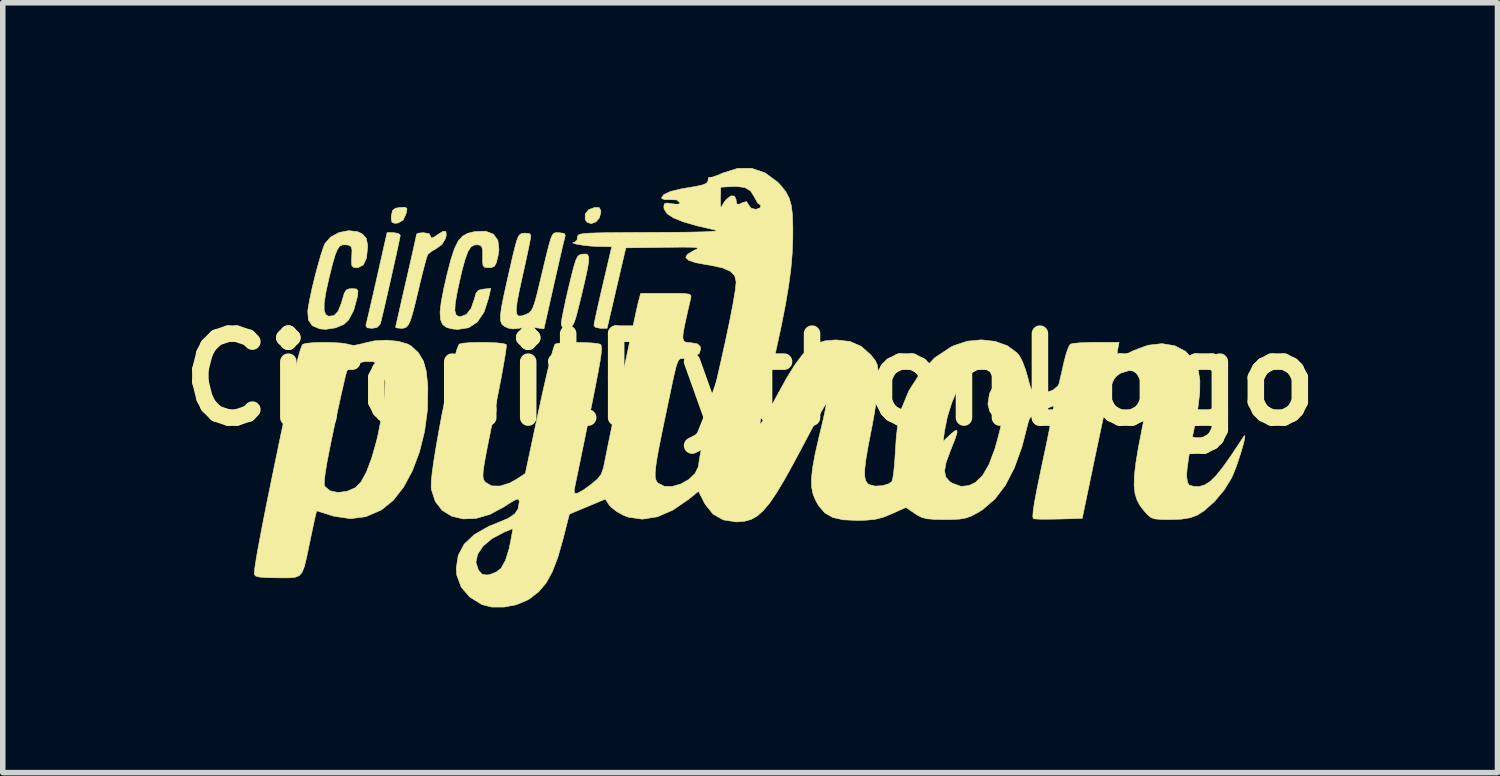
<source format=kicad_pcb>
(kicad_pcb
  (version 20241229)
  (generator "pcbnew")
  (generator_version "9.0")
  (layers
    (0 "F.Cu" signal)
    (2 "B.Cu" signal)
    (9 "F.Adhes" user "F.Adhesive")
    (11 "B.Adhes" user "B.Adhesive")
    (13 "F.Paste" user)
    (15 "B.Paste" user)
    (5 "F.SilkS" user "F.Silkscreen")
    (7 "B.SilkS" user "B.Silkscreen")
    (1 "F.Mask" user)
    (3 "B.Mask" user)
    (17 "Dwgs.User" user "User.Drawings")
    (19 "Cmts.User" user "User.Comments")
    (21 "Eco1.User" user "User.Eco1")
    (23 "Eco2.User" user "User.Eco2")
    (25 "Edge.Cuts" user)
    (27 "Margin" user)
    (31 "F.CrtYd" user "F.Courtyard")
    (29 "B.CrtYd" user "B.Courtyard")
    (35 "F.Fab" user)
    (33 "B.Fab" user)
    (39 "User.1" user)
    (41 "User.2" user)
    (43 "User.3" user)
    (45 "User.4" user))
  (footprint "CircuitPythonLogo"
    (layer "F.Cu")
    (at 10.566 3.841)
    (property "Reference" "CircuitPythonLogo" (at 0 0 0) (layer "F.SilkS") (effects (font (size 1.524 1.524) (thickness 0.3))))
    (attr through_hole)
    (fp_poly (pts (xy -2.739 -3.122) (xy -2.711 -3.072) (xy -2.709 -3.038) (xy -2.736 -2.934) (xy -2.802 -2.861) (xy -2.884 -2.832) (xy -2.958 -2.855) (xy -2.993 -2.906) (xy -2.993 -3.007) (xy -2.926 -3.088) (xy -2.821 -3.125) (xy -2.739 -3.122)) (stroke (width 0.01) (type solid)) (fill yes) (layer "F.SilkS"))
    (fp_poly (pts (xy -6.228 -3.104) (xy -6.24 -3.029) (xy -6.242 -3.02) (xy -6.297 -2.897) (xy -6.39 -2.843) (xy -6.448 -2.837) (xy -6.5 -2.854) (xy -6.515 -2.921) (xy -6.511 -2.974) (xy -6.492 -3.069) (xy -6.439 -3.111) (xy -6.355 -3.125) (xy -6.26 -3.129) (xy -6.228 -3.104)) (stroke (width 0.01) (type solid)) (fill yes) (layer "F.SilkS"))
    (fp_poly (pts (xy -6.384 -2.653) (xy -6.35 -2.621) (xy -6.359 -2.569) (xy -6.384 -2.45) (xy -6.42 -2.281) (xy -6.466 -2.076) (xy -6.516 -1.853) (xy -6.567 -1.627) (xy -6.616 -1.413) (xy -6.659 -1.228) (xy -6.693 -1.087) (xy -6.714 -1.007) (xy -6.715 -1.005) (xy -6.775 -0.945) (xy -6.864 -0.931) (xy -6.952 -0.941) (xy -6.974 -0.98) (xy -6.97 -1.005) (xy -6.954 -1.069) (xy -6.923 -1.2) (xy -6.88 -1.386) (xy -6.828 -1.611) (xy -6.771 -1.863) (xy -6.769 -1.873) (xy -6.59 -2.667) (xy -6.47 -2.667) (xy -6.384 -2.653)) (stroke (width 0.01) (type solid)) (fill yes) (layer "F.SilkS"))
    (fp_poly (pts (xy -2.946 -2.264) (xy -2.929 -2.22) (xy -2.931 -2.136) (xy -2.953 -2.003) (xy -2.995 -1.81) (xy -3.057 -1.546) (xy -3.062 -1.524) (xy -3.118 -1.297) (xy -3.159 -1.139) (xy -3.193 -1.038) (xy -3.225 -0.979) (xy -3.26 -0.951) (xy -3.304 -0.94) (xy -3.314 -0.939) (xy -3.398 -0.941) (xy -3.426 -0.988) (xy -3.427 -1.024) (xy -3.417 -1.1) (xy -3.39 -1.24) (xy -3.351 -1.425) (xy -3.302 -1.638) (xy -3.289 -1.693) (xy -3.234 -1.92) (xy -3.192 -2.078) (xy -3.158 -2.18) (xy -3.127 -2.238) (xy -3.092 -2.266) (xy -3.048 -2.277) (xy -3.037 -2.278) (xy -2.982 -2.28) (xy -2.946 -2.264)) (stroke (width 0.01) (type solid)) (fill yes) (layer "F.SilkS"))
    (fp_poly (pts (xy -5.521 -2.689) (xy -5.516 -2.617) (xy -5.527 -2.565) (xy -5.591 -2.458) (xy -5.688 -2.384) (xy -5.787 -2.326) (xy -5.848 -2.273) (xy -5.851 -2.27) (xy -5.872 -2.213) (xy -5.906 -2.09) (xy -5.951 -1.918) (xy -6.001 -1.713) (xy -6.015 -1.651) (xy -6.077 -1.391) (xy -6.126 -1.202) (xy -6.166 -1.073) (xy -6.204 -0.993) (xy -6.243 -0.951) (xy -6.289 -0.934) (xy -6.33 -0.931) (xy -6.409 -0.938) (xy -6.435 -0.949) (xy -6.426 -0.994) (xy -6.4 -1.109) (xy -6.361 -1.28) (xy -6.312 -1.496) (xy -6.255 -1.744) (xy -6.244 -1.792) (xy -6.186 -2.045) (xy -6.135 -2.269) (xy -6.094 -2.451) (xy -6.066 -2.579) (xy -6.054 -2.639) (xy -6.054 -2.642) (xy -6.017 -2.66) (xy -5.928 -2.667) (xy -5.927 -2.667) (xy -5.827 -2.649) (xy -5.8 -2.602) (xy -5.787 -2.569) (xy -5.737 -2.587) (xy -5.673 -2.631) (xy -5.572 -2.693) (xy -5.521 -2.689)) (stroke (width 0.01) (type solid)) (fill yes) (layer "F.SilkS"))
    (fp_poly (pts (xy -4.659 -2.64) (xy -4.578 -2.528) (xy -4.559 -2.359) (xy -4.575 -2.246) (xy -4.607 -2.12) (xy -4.641 -2.056) (xy -4.695 -2.034) (xy -4.741 -2.032) (xy -4.813 -2.037) (xy -4.847 -2.068) (xy -4.856 -2.147) (xy -4.854 -2.233) (xy -4.855 -2.357) (xy -4.874 -2.419) (xy -4.92 -2.444) (xy -4.937 -2.447) (xy -5.009 -2.444) (xy -5.069 -2.407) (xy -5.122 -2.323) (xy -5.174 -2.183) (xy -5.23 -1.977) (xy -5.269 -1.808) (xy -5.323 -1.556) (xy -5.353 -1.374) (xy -5.359 -1.253) (xy -5.341 -1.181) (xy -5.298 -1.148) (xy -5.257 -1.143) (xy -5.15 -1.183) (xy -5.063 -1.294) (xy -5.005 -1.463) (xy -4.974 -1.572) (xy -4.927 -1.624) (xy -4.839 -1.643) (xy -4.707 -1.656) (xy -4.747 -1.48) (xy -4.83 -1.225) (xy -4.951 -1.046) (xy -5.109 -0.942) (xy -5.308 -0.911) (xy -5.419 -0.922) (xy -5.516 -0.95) (xy -5.583 -1.004) (xy -5.62 -1.092) (xy -5.628 -1.224) (xy -5.607 -1.409) (xy -5.559 -1.658) (xy -5.498 -1.922) (xy -5.429 -2.187) (xy -5.365 -2.381) (xy -5.298 -2.516) (xy -5.22 -2.604) (xy -5.123 -2.657) (xy -5.001 -2.687) (xy -4.801 -2.694) (xy -4.659 -2.64)) (stroke (width 0.01) (type solid)) (fill yes) (layer "F.SilkS"))
    (fp_poly (pts (xy -3.465 -2.667) (xy -3.371 -2.653) (xy -3.355 -2.614) (xy -3.369 -2.558) (xy -3.4 -2.433) (xy -3.442 -2.252) (xy -3.493 -2.029) (xy -3.55 -1.778) (xy -3.558 -1.742) (xy -3.742 -0.922) (xy -3.905 -0.944) (xy -4.046 -0.951) (xy -4.172 -0.937) (xy -4.183 -0.934) (xy -4.3 -0.92) (xy -4.383 -0.932) (xy -4.455 -0.964) (xy -4.504 -1.004) (xy -4.529 -1.066) (xy -4.532 -1.163) (xy -4.514 -1.305) (xy -4.474 -1.507) (xy -4.423 -1.738) (xy -4.356 -2.034) (xy -4.305 -2.257) (xy -4.265 -2.419) (xy -4.234 -2.528) (xy -4.206 -2.597) (xy -4.179 -2.634) (xy -4.149 -2.651) (xy -4.112 -2.657) (xy -4.093 -2.659) (xy -4.002 -2.652) (xy -3.979 -2.614) (xy -3.988 -2.555) (xy -4.013 -2.428) (xy -4.05 -2.249) (xy -4.097 -2.034) (xy -4.13 -1.886) (xy -4.19 -1.612) (xy -4.229 -1.41) (xy -4.244 -1.273) (xy -4.237 -1.191) (xy -4.205 -1.155) (xy -4.148 -1.156) (xy -4.069 -1.183) (xy -4.017 -1.209) (xy -3.977 -1.246) (xy -3.942 -1.309) (xy -3.906 -1.411) (xy -3.864 -1.568) (xy -3.81 -1.793) (xy -3.741 -2.082) (xy -3.688 -2.3) (xy -3.648 -2.456) (xy -3.617 -2.561) (xy -3.59 -2.624) (xy -3.563 -2.656) (xy -3.532 -2.667) (xy -3.494 -2.668) (xy -3.465 -2.667)) (stroke (width 0.01) (type solid)) (fill yes) (layer "F.SilkS"))
    (fp_poly (pts (xy -7.122 -2.685) (xy -7.037 -2.643) (xy -6.967 -2.564) (xy -6.943 -2.441) (xy -6.943 -2.413) (xy -6.962 -2.211) (xy -7.019 -2.084) (xy -7.114 -2.033) (xy -7.134 -2.032) (xy -7.2 -2.038) (xy -7.23 -2.071) (xy -7.235 -2.153) (xy -7.231 -2.233) (xy -7.226 -2.355) (xy -7.242 -2.416) (xy -7.287 -2.441) (xy -7.331 -2.447) (xy -7.396 -2.448) (xy -7.447 -2.424) (xy -7.491 -2.364) (xy -7.534 -2.257) (xy -7.582 -2.091) (xy -7.641 -1.855) (xy -7.644 -1.842) (xy -7.702 -1.579) (xy -7.731 -1.387) (xy -7.732 -1.258) (xy -7.704 -1.182) (xy -7.65 -1.15) (xy -7.553 -1.162) (xy -7.477 -1.241) (xy -7.416 -1.397) (xy -7.404 -1.442) (xy -7.367 -1.566) (xy -7.329 -1.628) (xy -7.271 -1.649) (xy -7.226 -1.651) (xy -7.147 -1.646) (xy -7.118 -1.613) (xy -7.126 -1.529) (xy -7.132 -1.492) (xy -7.196 -1.257) (xy -7.286 -1.086) (xy -7.373 -1.003) (xy -7.528 -0.939) (xy -7.703 -0.913) (xy -7.811 -0.921) (xy -7.947 -0.979) (xy -8.018 -1.083) (xy -8.029 -1.241) (xy -8.025 -1.279) (xy -7.998 -1.436) (xy -7.956 -1.635) (xy -7.904 -1.853) (xy -7.847 -2.069) (xy -7.792 -2.261) (xy -7.744 -2.406) (xy -7.718 -2.469) (xy -7.614 -2.589) (xy -7.461 -2.67) (xy -7.287 -2.704) (xy -7.122 -2.685)) (stroke (width 0.01) (type solid)) (fill yes) (layer "F.SilkS"))
    (fp_poly (pts (xy -6.386 -0.695) (xy -6.214 -0.645) (xy -6.149 -0.607) (xy -6.021 -0.488) (xy -5.934 -0.344) (xy -5.88 -0.157) (xy -5.852 0.092) (xy -5.85 0.146) (xy -5.856 0.547) (xy -5.909 0.94) (xy -6.002 1.314) (xy -6.13 1.655) (xy -6.29 1.952) (xy -6.477 2.191) (xy -6.685 2.36) (xy -6.7 2.369) (xy -6.976 2.488) (xy -7.253 2.524) (xy -7.547 2.481) (xy -7.606 2.464) (xy -7.868 2.382) (xy -7.89 2.471) (xy -7.908 2.55) (xy -7.938 2.689) (xy -7.975 2.865) (xy -8 2.985) (xy -8.049 3.221) (xy -8.089 3.388) (xy -8.131 3.496) (xy -8.186 3.56) (xy -8.266 3.59) (xy -8.383 3.599) (xy -8.546 3.598) (xy -8.573 3.598) (xy -8.772 3.595) (xy -8.9 3.585) (xy -8.972 3.566) (xy -9.001 3.536) (xy -8.999 3.481) (xy -8.981 3.353) (xy -8.95 3.164) (xy -8.906 2.924) (xy -8.853 2.644) (xy -8.792 2.335) (xy -8.768 2.213) (xy -8.705 1.909) (xy -7.728 1.909) (xy -7.72 1.939) (xy -7.623 2.019) (xy -7.481 2.049) (xy -7.317 2.028) (xy -7.161 1.96) (xy -7.063 1.858) (xy -6.965 1.679) (xy -6.87 1.428) (xy -6.781 1.115) (xy -6.754 1) (xy -6.675 0.606) (xy -6.631 0.286) (xy -6.625 0.036) (xy -6.657 -0.147) (xy -6.728 -0.267) (xy -6.84 -0.326) (xy -6.992 -0.328) (xy -7.118 -0.3) (xy -7.253 -0.236) (xy -7.32 -0.156) (xy -7.339 -0.09) (xy -7.371 0.047) (xy -7.416 0.241) (xy -7.468 0.478) (xy -7.526 0.747) (xy -7.559 0.903) (xy -7.629 1.239) (xy -7.68 1.5) (xy -7.712 1.694) (xy -7.728 1.828) (xy -7.728 1.909) (xy -8.705 1.909) (xy -8.647 1.623) (xy -8.541 1.111) (xy -8.449 0.675) (xy -8.37 0.309) (xy -8.303 0.009) (xy -8.247 -0.229) (xy -8.202 -0.409) (xy -8.166 -0.535) (xy -8.138 -0.611) (xy -8.119 -0.642) (xy -8.045 -0.66) (xy -7.913 -0.672) (xy -7.748 -0.676) (xy -7.576 -0.673) (xy -7.422 -0.663) (xy -7.312 -0.646) (xy -7.283 -0.636) (xy -7.189 -0.62) (xy -7.043 -0.651) (xy -7.008 -0.662) (xy -6.811 -0.705) (xy -6.594 -0.716) (xy -6.386 -0.695)) (stroke (width 0.01) (type solid)) (fill yes) (layer "F.SilkS"))
    (fp_poly (pts (xy 0.27 -3.754) (xy 0.494 -3.59) (xy 0.559 -3.523) (xy 0.645 -3.414) (xy 0.707 -3.301) (xy 0.747 -3.166) (xy 0.769 -2.993) (xy 0.776 -2.765) (xy 0.775 -2.54) (xy 0.764 -2.28) (xy 0.74 -2.006) (xy 0.7 -1.704) (xy 0.643 -1.366) (xy 0.567 -0.977) (xy 0.47 -0.528) (xy 0.379 -0.13) (xy 0.318 0.136) (xy 0.264 0.374) (xy 0.222 0.572) (xy 0.193 0.719) (xy 0.179 0.8) (xy 0.179 0.812) (xy 0.202 0.79) (xy 0.256 0.704) (xy 0.336 0.567) (xy 0.434 0.391) (xy 0.487 0.292) (xy 0.66 -0.022) (xy 0.811 -0.266) (xy 0.947 -0.448) (xy 1.078 -0.576) (xy 1.213 -0.658) (xy 1.36 -0.703) (xy 1.528 -0.719) (xy 1.566 -0.72) (xy 1.815 -0.692) (xy 2.017 -0.604) (xy 2.191 -0.449) (xy 2.266 -0.357) (xy 2.307 -0.274) (xy 2.324 -0.168) (xy 2.328 -0.01) (xy 2.328 -0.005) (xy 2.32 0.143) (xy 2.296 0.349) (xy 2.26 0.59) (xy 2.215 0.839) (xy 2.201 0.91) (xy 2.141 1.218) (xy 2.101 1.455) (xy 2.081 1.629) (xy 2.08 1.753) (xy 2.098 1.835) (xy 2.134 1.887) (xy 2.163 1.907) (xy 2.272 1.933) (xy 2.406 1.925) (xy 2.523 1.888) (xy 2.573 1.851) (xy 2.591 1.79) (xy 2.609 1.664) (xy 2.625 1.49) (xy 2.638 1.291) (xy 2.649 1.122) (xy 3.503 1.122) (xy 3.635 0.997) (xy 3.713 0.932) (xy 3.753 0.918) (xy 3.757 0.963) (xy 3.723 1.071) (xy 3.653 1.249) (xy 3.636 1.29) (xy 3.558 1.502) (xy 3.53 1.657) (xy 3.553 1.77) (xy 3.627 1.853) (xy 3.673 1.881) (xy 3.828 1.938) (xy 3.972 1.924) (xy 4.09 1.867) (xy 4.22 1.742) (xy 4.339 1.536) (xy 4.446 1.249) (xy 4.491 1.088) (xy 4.536 0.914) (xy 4.561 0.805) (xy 4.566 0.747) (xy 4.554 0.724) (xy 4.526 0.72) (xy 4.522 0.72) (xy 4.429 0.682) (xy 4.355 0.586) (xy 4.319 0.458) (xy 4.318 0.435) (xy 4.347 0.249) (xy 4.443 0.078) (xy 4.5 0.011) (xy 4.557 -0.096) (xy 4.543 -0.195) (xy 4.475 -0.273) (xy 4.366 -0.319) (xy 4.23 -0.32) (xy 4.146 -0.295) (xy 4.019 -0.205) (xy 3.891 -0.046) (xy 3.77 0.166) (xy 3.663 0.413) (xy 3.58 0.681) (xy 3.532 0.92) (xy 3.503 1.122) (xy 2.649 1.122) (xy 2.652 1.07) (xy 2.675 0.859) (xy 2.701 0.685) (xy 2.724 0.586) (xy 2.884 0.2) (xy 3.095 -0.129) (xy 3.351 -0.396) (xy 3.648 -0.593) (xy 3.693 -0.615) (xy 3.942 -0.697) (xy 4.2 -0.722) (xy 4.449 -0.694) (xy 4.67 -0.615) (xy 4.843 -0.488) (xy 4.889 -0.433) (xy 4.943 -0.331) (xy 5 -0.18) (xy 5.04 -0.042) (xy 5.079 0.106) (xy 5.114 0.191) (xy 5.158 0.231) (xy 5.223 0.246) (xy 5.225 0.247) (xy 5.37 0.238) (xy 5.501 0.189) (xy 5.59 0.112) (xy 5.61 0.069) (xy 5.629 -0.017) (xy 5.661 -0.155) (xy 5.697 -0.317) (xy 5.697 -0.317) (xy 5.737 -0.468) (xy 5.778 -0.584) (xy 5.812 -0.643) (xy 5.814 -0.644) (xy 5.875 -0.658) (xy 6 -0.669) (xy 6.168 -0.675) (xy 6.281 -0.677) (xy 6.698 -0.677) (xy 6.669 -0.525) (xy 6.659 -0.43) (xy 6.67 -0.387) (xy 6.676 -0.387) (xy 6.73 -0.413) (xy 6.835 -0.465) (xy 6.958 -0.526) (xy 7.223 -0.624) (xy 7.477 -0.653) (xy 7.708 -0.615) (xy 7.905 -0.513) (xy 8.055 -0.35) (xy 8.087 -0.294) (xy 8.139 -0.152) (xy 8.165 0.02) (xy 8.162 0.235) (xy 8.131 0.503) (xy 8.072 0.836) (xy 8.041 0.983) (xy 7.996 1.213) (xy 7.959 1.429) (xy 7.934 1.609) (xy 7.924 1.733) (xy 7.925 1.757) (xy 7.94 1.867) (xy 7.975 1.918) (xy 8.052 1.937) (xy 8.066 1.939) (xy 8.163 1.938) (xy 8.256 1.91) (xy 8.352 1.848) (xy 8.458 1.744) (xy 8.582 1.59) (xy 8.731 1.38) (xy 8.913 1.106) (xy 8.962 1.031) (xy 8.982 1.016) (xy 8.978 1.065) (xy 8.956 1.163) (xy 8.919 1.292) (xy 8.873 1.438) (xy 8.823 1.584) (xy 8.772 1.714) (xy 8.736 1.792) (xy 8.602 2.009) (xy 8.429 2.214) (xy 8.241 2.381) (xy 8.119 2.459) (xy 7.992 2.507) (xy 7.83 2.533) (xy 7.626 2.54) (xy 7.457 2.538) (xy 7.349 2.529) (xy 7.276 2.503) (xy 7.216 2.453) (xy 7.16 2.392) (xy 7.082 2.292) (xy 7.024 2.187) (xy 6.987 2.067) (xy 6.971 1.923) (xy 6.976 1.742) (xy 7.002 1.516) (xy 7.049 1.232) (xy 7.117 0.882) (xy 7.153 0.704) (xy 7.203 0.442) (xy 7.23 0.247) (xy 7.233 0.106) (xy 7.213 0.005) (xy 7.17 -0.068) (xy 7.154 -0.085) (xy 7.031 -0.153) (xy 6.878 -0.164) (xy 6.726 -0.117) (xy 6.676 -0.084) (xy 6.643 -0.055) (xy 6.614 -0.019) (xy 6.586 0.033) (xy 6.557 0.109) (xy 6.524 0.217) (xy 6.486 0.364) (xy 6.441 0.56) (xy 6.386 0.812) (xy 6.319 1.129) (xy 6.237 1.518) (xy 6.21 1.651) (xy 6.029 2.519) (xy 5.61 2.531) (xy 5.427 2.534) (xy 5.273 2.534) (xy 5.171 2.529) (xy 5.142 2.524) (xy 5.132 2.488) (xy 5.138 2.392) (xy 5.162 2.231) (xy 5.205 2) (xy 5.268 1.694) (xy 5.312 1.484) (xy 5.372 1.204) (xy 5.423 0.955) (xy 5.464 0.746) (xy 5.493 0.59) (xy 5.507 0.497) (xy 5.507 0.475) (xy 5.456 0.496) (xy 5.354 0.538) (xy 5.28 0.567) (xy 5.145 0.633) (xy 5.075 0.703) (xy 5.054 0.757) (xy 4.935 1.22) (xy 4.796 1.605) (xy 4.633 1.92) (xy 4.444 2.168) (xy 4.225 2.357) (xy 4.137 2.412) (xy 4.021 2.474) (xy 3.919 2.512) (xy 3.803 2.532) (xy 3.645 2.539) (xy 3.534 2.54) (xy 3.344 2.537) (xy 3.214 2.526) (xy 3.119 2.502) (xy 3.035 2.459) (xy 2.991 2.43) (xy 2.829 2.32) (xy 2.568 2.437) (xy 2.413 2.5) (xy 2.269 2.536) (xy 2.104 2.552) (xy 1.946 2.556) (xy 1.691 2.545) (xy 1.5 2.502) (xy 1.357 2.42) (xy 1.246 2.291) (xy 1.193 2.2) (xy 1.144 2.083) (xy 1.117 1.953) (xy 1.114 1.797) (xy 1.135 1.601) (xy 1.18 1.354) (xy 1.251 1.042) (xy 1.267 0.977) (xy 1.315 0.778) (xy 1.352 0.611) (xy 1.375 0.493) (xy 1.382 0.438) (xy 1.382 0.436) (xy 1.359 0.467) (xy 1.303 0.562) (xy 1.221 0.71) (xy 1.118 0.899) (xy 1.002 1.118) (xy 0.995 1.132) (xy 0.795 1.507) (xy 0.626 1.813) (xy 0.48 2.056) (xy 0.353 2.243) (xy 0.237 2.381) (xy 0.128 2.477) (xy 0.019 2.538) (xy -0.096 2.57) (xy -0.223 2.582) (xy -0.255 2.582) (xy -0.487 2.546) (xy -0.675 2.439) (xy -0.817 2.259) (xy -0.832 2.231) (xy -0.936 2.026) (xy -1.114 2.171) (xy -1.401 2.368) (xy -1.683 2.49) (xy -1.955 2.533) (xy -2.21 2.497) (xy -2.296 2.464) (xy -2.426 2.392) (xy -2.53 2.308) (xy -2.559 2.274) (xy -2.628 2.169) (xy -2.954 2.305) (xy -3.281 2.442) (xy -3.394 2.889) (xy -3.489 3.224) (xy -3.59 3.488) (xy -3.703 3.692) (xy -3.837 3.85) (xy -3.998 3.975) (xy -4.037 3.999) (xy -4.239 4.085) (xy -4.467 4.129) (xy -4.688 4.129) (xy -4.868 4.084) (xy -5.091 3.945) (xy -5.244 3.765) (xy -5.324 3.55) (xy -5.334 3.427) (xy -5.317 3.317) (xy -4.977 3.317) (xy -4.932 3.455) (xy -4.932 3.456) (xy -4.865 3.532) (xy -4.783 3.547) (xy -4.727 3.539) (xy -4.607 3.493) (xy -4.52 3.425) (xy -4.441 3.283) (xy -4.373 3.066) (xy -4.333 2.865) (xy -4.306 2.703) (xy -4.469 2.771) (xy -4.685 2.886) (xy -4.847 3.022) (xy -4.946 3.169) (xy -4.977 3.317) (xy -5.317 3.317) (xy -5.298 3.191) (xy -5.19 2.987) (xy -5.006 2.813) (xy -4.744 2.664) (xy -4.581 2.598) (xy -4.393 2.519) (xy -4.275 2.441) (xy -4.212 2.348) (xy -4.191 2.227) (xy -4.191 2.202) (xy -4.202 2.17) (xy -4.242 2.173) (xy -4.325 2.217) (xy -4.463 2.306) (xy -4.465 2.308) (xy -4.721 2.446) (xy -4.973 2.519) (xy -5.208 2.529) (xy -5.417 2.479) (xy -5.59 2.372) (xy -5.715 2.211) (xy -5.784 1.998) (xy -5.789 1.953) (xy -5.787 1.847) (xy -5.77 1.679) (xy -5.739 1.462) (xy -5.698 1.208) (xy -5.649 0.93) (xy -5.595 0.64) (xy -5.537 0.352) (xy -5.479 0.078) (xy -5.423 -0.17) (xy -5.371 -0.378) (xy -5.326 -0.535) (xy -5.291 -0.627) (xy -5.278 -0.645) (xy -5.211 -0.661) (xy -5.088 -0.671) (xy -4.931 -0.676) (xy -4.764 -0.675) (xy -4.609 -0.668) (xy -4.489 -0.656) (xy -4.427 -0.639) (xy -4.425 -0.636) (xy -4.426 -0.586) (xy -4.443 -0.463) (xy -4.474 -0.279) (xy -4.516 -0.045) (xy -4.569 0.228) (xy -4.629 0.53) (xy -4.641 0.591) (xy -4.711 0.935) (xy -4.766 1.206) (xy -4.805 1.413) (xy -4.832 1.567) (xy -4.846 1.676) (xy -4.849 1.75) (xy -4.843 1.799) (xy -4.828 1.833) (xy -4.806 1.861) (xy -4.802 1.866) (xy -4.691 1.929) (xy -4.539 1.932) (xy -4.362 1.877) (xy -4.238 1.808) (xy -4.08 1.703) (xy -3.834 0.545) (xy -3.768 0.242) (xy -3.705 -0.033) (xy -3.649 -0.27) (xy -3.601 -0.458) (xy -3.564 -0.586) (xy -3.541 -0.643) (xy -3.54 -0.645) (xy -3.472 -0.661) (xy -3.345 -0.671) (xy -3.184 -0.675) (xy -3.015 -0.673) (xy -2.862 -0.665) (xy -2.752 -0.651) (xy -2.715 -0.639) (xy -2.701 -0.616) (xy -2.696 -0.563) (xy -2.703 -0.474) (xy -2.722 -0.34) (xy -2.755 -0.152) (xy -2.803 0.096) (xy -2.866 0.414) (xy -2.917 0.662) (xy -2.983 0.98) (xy -3.043 1.274) (xy -3.096 1.533) (xy -3.14 1.745) (xy -3.172 1.9) (xy -3.19 1.987) (xy -3.193 2) (xy -3.189 2.061) (xy -3.136 2.063) (xy -3.031 2.007) (xy -2.901 1.914) (xy -2.776 1.811) (xy -2.704 1.72) (xy -2.665 1.613) (xy -2.654 1.565) (xy -2.629 1.438) (xy -2.591 1.249) (xy -2.542 1.01) (xy -2.485 0.734) (xy -2.422 0.433) (xy -2.356 0.119) (xy -2.29 -0.196) (xy -2.225 -0.499) (xy -2.166 -0.778) (xy -2.114 -1.021) (xy -2.072 -1.216) (xy -2.042 -1.351) (xy -2.028 -1.408) (xy -1.986 -1.566) (xy -1.522 -1.566) (xy -1.319 -1.566) (xy -1.186 -1.562) (xy -1.111 -1.552) (xy -1.077 -1.533) (xy -1.073 -1.501) (xy -1.079 -1.471) (xy -1.142 -1.198) (xy -1.186 -0.997) (xy -1.213 -0.856) (xy -1.221 -0.764) (xy -1.21 -0.711) (xy -1.181 -0.684) (xy -1.133 -0.674) (xy -1.069 -0.669) (xy -0.959 -0.65) (xy -0.908 -0.605) (xy -0.897 -0.561) (xy -0.922 -0.475) (xy -1.016 -0.412) (xy -1.162 -0.382) (xy -1.206 -0.381) (xy -1.242 -0.382) (xy -1.271 -0.377) (xy -1.295 -0.357) (xy -1.318 -0.311) (xy -1.344 -0.231) (xy -1.375 -0.105) (xy -1.415 0.076) (xy -1.466 0.321) (xy -1.519 0.572) (xy -1.592 0.923) (xy -1.648 1.201) (xy -1.688 1.415) (xy -1.712 1.575) (xy -1.723 1.691) (xy -1.722 1.771) (xy -1.708 1.826) (xy -1.684 1.865) (xy -1.674 1.876) (xy -1.559 1.936) (xy -1.414 1.939) (xy -1.258 1.895) (xy -1.113 1.813) (xy -0.999 1.704) (xy -0.937 1.577) (xy -0.931 1.526) (xy -0.922 1.452) (xy -0.895 1.307) (xy -0.854 1.106) (xy -0.801 0.86) (xy -0.739 0.581) (xy -0.68 0.326) (xy -0.556 -0.211) (xy -0.453 -0.674) (xy -0.371 -1.061) (xy -0.311 -1.37) (xy -0.272 -1.601) (xy -0.255 -1.752) (xy -0.254 -1.779) (xy -0.279 -1.886) (xy -0.359 -1.967) (xy -0.503 -2.029) (xy -0.721 -2.076) (xy -0.77 -2.083) (xy -0.986 -2.122) (xy -1.118 -2.167) (xy -1.168 -2.218) (xy -1.136 -2.276) (xy -1.024 -2.342) (xy -1 -2.353) (xy -0.959 -2.374) (xy -0.954 -2.389) (xy -0.994 -2.399) (xy -1.088 -2.404) (xy -1.246 -2.405) (xy -1.476 -2.402) (xy -1.562 -2.401) (xy -2.256 -2.392) (xy -2.426 -1.662) (xy -2.596 -0.931) (xy -2.716 -0.931) (xy -2.804 -0.948) (xy -2.835 -0.984) (xy -2.825 -1.041) (xy -2.799 -1.166) (xy -2.76 -1.343) (xy -2.711 -1.558) (xy -2.672 -1.725) (xy -2.511 -2.413) (xy -2.769 -2.417) (xy -2.891 -2.424) (xy -3.016 -2.437) (xy -3.123 -2.454) (xy -3.197 -2.471) (xy -3.219 -2.486) (xy -3.186 -2.493) (xy -3.142 -2.533) (xy -3.133 -2.582) (xy -3.13 -2.606) (xy -3.117 -2.625) (xy -3.085 -2.639) (xy -3.025 -2.65) (xy -2.928 -2.658) (xy -2.785 -2.663) (xy -2.589 -2.667) (xy -2.33 -2.669) (xy -2 -2.671) (xy -1.789 -2.672) (xy -1.4 -2.674) (xy -1.093 -2.677) (xy -0.864 -2.682) (xy -0.709 -2.689) (xy -0.624 -2.697) (xy -0.607 -2.707) (xy -0.635 -2.716) (xy -0.963 -2.792) (xy -1.213 -2.864) (xy -1.391 -2.936) (xy -1.504 -3.01) (xy -1.559 -3.091) (xy -1.566 -3.137) (xy -1.556 -3.191) (xy -1.508 -3.206) (xy -1.413 -3.192) (xy -1.312 -3.18) (xy -1.276 -3.196) (xy -1.279 -3.222) (xy -1.336 -3.263) (xy -1.453 -3.267) (xy -1.556 -3.268) (xy -1.585 -3.281) (xy -0.538 -3.281) (xy -0.538 -3.174) (xy -0.529 -3.125) (xy -0.521 -3.133) (xy -0.474 -3.216) (xy -0.432 -3.27) (xy -0.35 -3.334) (xy -0.284 -3.333) (xy -0.254 -3.269) (xy -0.254 -3.26) (xy -0.244 -3.191) (xy -0.202 -3.182) (xy -0.129 -3.216) (xy -0.064 -3.232) (xy -0.03 -3.177) (xy -0.03 -3.174) (xy 0.021 -3.111) (xy 0.105 -3.09) (xy 0.179 -3.118) (xy 0.191 -3.133) (xy 0.19 -3.172) (xy 0.177 -3.175) (xy 0.135 -3.21) (xy 0.088 -3.295) (xy 0.084 -3.304) (xy 0.012 -3.422) (xy -0.093 -3.487) (xy -0.249 -3.507) (xy -0.33 -3.504) (xy -0.533 -3.493) (xy -0.538 -3.281) (xy -1.585 -3.281) (xy -1.607 -3.291) (xy -1.609 -3.297) (xy -1.567 -3.359) (xy -1.446 -3.415) (xy -1.249 -3.463) (xy -1.172 -3.476) (xy -0.982 -3.508) (xy -0.861 -3.535) (xy -0.794 -3.563) (xy -0.766 -3.598) (xy -0.762 -3.629) (xy -0.75 -3.675) (xy -0.737 -3.672) (xy -0.689 -3.675) (xy -0.589 -3.709) (xy -0.494 -3.75) (xy -0.227 -3.834) (xy 0.029 -3.836) (xy 0.27 -3.754)) (stroke (width 0.01) (type solid)) (fill yes) (layer "F.SilkS")))
  (gr_rect
    (start -3 -3)
    (end 24.133 10.975)
    (stroke (width 0.1) (type default))
    (fill no)
    (layer "Edge.Cuts")))
</source>
